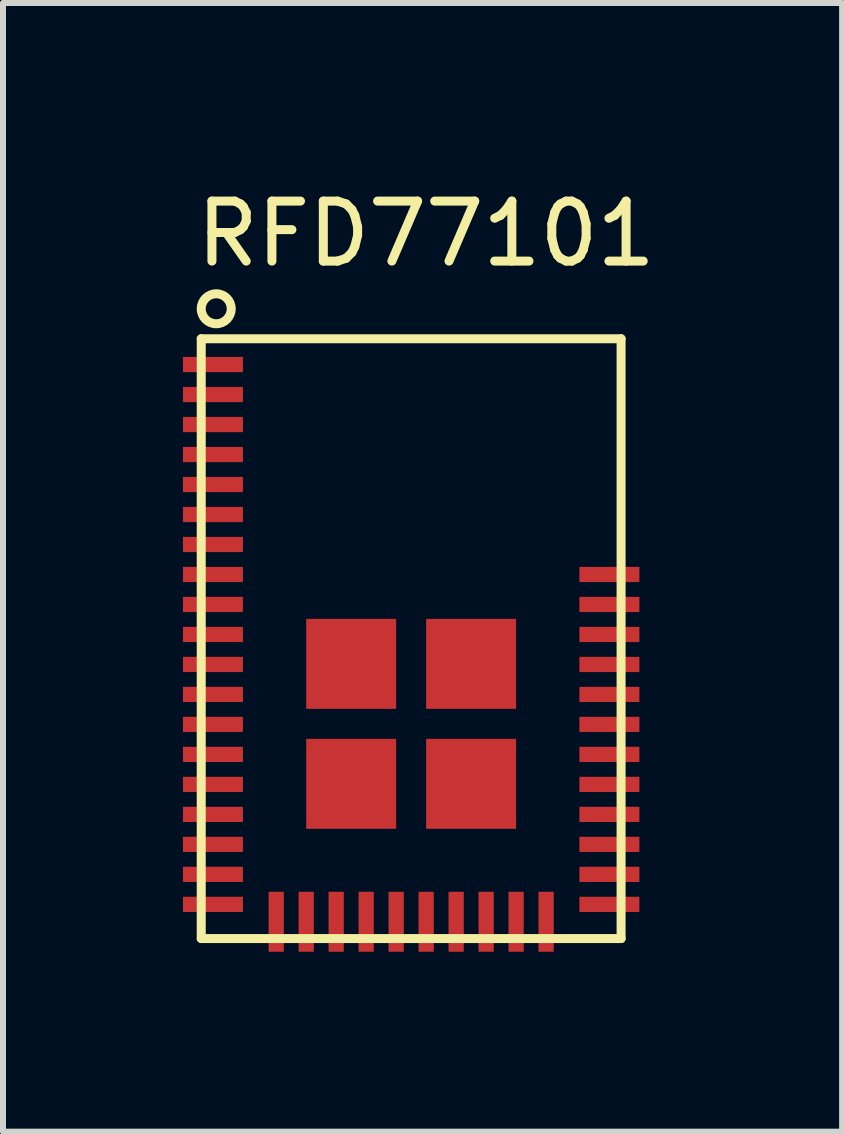
<source format=kicad_pcb>
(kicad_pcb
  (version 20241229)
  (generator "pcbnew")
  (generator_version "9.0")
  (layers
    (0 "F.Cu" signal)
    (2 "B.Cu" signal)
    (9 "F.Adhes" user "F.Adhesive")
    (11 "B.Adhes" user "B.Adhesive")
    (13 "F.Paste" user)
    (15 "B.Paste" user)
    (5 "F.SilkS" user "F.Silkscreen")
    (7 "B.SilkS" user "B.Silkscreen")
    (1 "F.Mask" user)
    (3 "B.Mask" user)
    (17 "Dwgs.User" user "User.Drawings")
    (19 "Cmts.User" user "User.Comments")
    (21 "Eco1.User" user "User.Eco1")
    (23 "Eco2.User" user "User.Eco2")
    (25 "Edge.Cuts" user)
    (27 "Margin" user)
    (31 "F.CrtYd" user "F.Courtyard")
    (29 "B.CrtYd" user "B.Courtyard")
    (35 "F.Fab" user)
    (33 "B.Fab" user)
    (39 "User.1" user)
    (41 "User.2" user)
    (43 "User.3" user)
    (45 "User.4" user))
  (footprint "RFD77101"
    (layer "F.Cu")
    (at 3.805 7.598)
    (property "Reference" "RFD77101" (at 0.25 -6.75 0) (layer "F.SilkS") (effects (font (size 1 1) (thickness 0.15))))
    (attr through_hole)
    (fp_line (start -3.5 -5) (end 3.5 -5) (stroke (width 0.15) (type solid)) (layer "F.SilkS"))
    (fp_line (start -3.5 5) (end -3.5 -5) (stroke (width 0.15) (type solid)) (layer "F.SilkS"))
    (fp_line (start 3.5 -5) (end 3.5 5) (stroke (width 0.15) (type solid)) (layer "F.SilkS"))
    (fp_line (start 3.5 5) (end -3.5 5) (stroke (width 0.15) (type solid)) (layer "F.SilkS"))
    (fp_circle (center -3.25 -5.5) (end -3 -5.5) (stroke (width 0.15) (type solid)) (fill no) (layer "F.SilkS"))
    (pad "1" smd rect (at -3.305 -4.57 90) (size 0.254 1) (layers "F.Cu" "F.Mask" "F.Paste"))
    (pad "2" smd rect (at -3.305 -4.07 90) (size 0.254 1) (layers "F.Cu" "F.Mask" "F.Paste"))
    (pad "3" smd rect (at -3.305 -3.57 90) (size 0.254 1) (layers "F.Cu" "F.Mask" "F.Paste"))
    (pad "4" smd rect (at -3.305 -3.07 90) (size 0.254 1) (layers "F.Cu" "F.Mask" "F.Paste"))
    (pad "5" smd rect (at -3.305 -2.57 90) (size 0.254 1) (layers "F.Cu" "F.Mask" "F.Paste"))
    (pad "6" smd rect (at -3.305 -2.07 90) (size 0.254 1) (layers "F.Cu" "F.Mask" "F.Paste"))
    (pad "7" smd rect (at -3.305 -1.57 90) (size 0.254 1) (layers "F.Cu" "F.Mask" "F.Paste"))
    (pad "8" smd rect (at -3.305 -1.07 90) (size 0.254 1) (layers "F.Cu" "F.Mask" "F.Paste"))
    (pad "9" smd rect (at -3.305 -0.57 90) (size 0.254 1) (layers "F.Cu" "F.Mask" "F.Paste"))
    (pad "10" smd rect (at -3.305 -0.07 90) (size 0.254 1) (layers "F.Cu" "F.Mask" "F.Paste"))
    (pad "11" smd rect (at -3.305 0.43 90) (size 0.254 1) (layers "F.Cu" "F.Mask" "F.Paste"))
    (pad "12" smd rect (at -3.305 0.93 90) (size 0.254 1) (layers "F.Cu" "F.Mask" "F.Paste"))
    (pad "13" smd rect (at -3.305 1.43 90) (size 0.254 1) (layers "F.Cu" "F.Mask" "F.Paste"))
    (pad "14" smd rect (at -3.305 1.93 90) (size 0.254 1) (layers "F.Cu" "F.Mask" "F.Paste"))
    (pad "15" smd rect (at -3.305 2.43 90) (size 0.254 1) (layers "F.Cu" "F.Mask" "F.Paste"))
    (pad "16" smd rect (at -3.305 2.93 90) (size 0.254 1) (layers "F.Cu" "F.Mask" "F.Paste"))
    (pad "17" smd rect (at -3.305 3.43 90) (size 0.254 1) (layers "F.Cu" "F.Mask" "F.Paste"))
    (pad "18" smd rect (at -3.305 3.93 90) (size 0.254 1) (layers "F.Cu" "F.Mask" "F.Paste"))
    (pad "19" smd rect (at -3.305 4.43 90) (size 0.254 1) (layers "F.Cu" "F.Mask" "F.Paste"))
    (pad "20" smd rect (at -2.25 4.72) (size 0.254 1) (layers "F.Cu" "F.Mask" "F.Paste"))
    (pad "21" smd rect (at -1.75 4.72) (size 0.254 1) (layers "F.Cu" "F.Mask" "F.Paste"))
    (pad "22" smd rect (at -1.25 4.72) (size 0.254 1) (layers "F.Cu" "F.Mask" "F.Paste"))
    (pad "23" smd rect (at -0.75 4.72) (size 0.254 1) (layers "F.Cu" "F.Mask" "F.Paste"))
    (pad "24" smd rect (at -0.25 4.72) (size 0.254 1) (layers "F.Cu" "F.Mask" "F.Paste"))
    (pad "25" smd rect (at 0.25 4.72) (size 0.254 1) (layers "F.Cu" "F.Mask" "F.Paste"))
    (pad "26" smd rect (at 0.75 4.72) (size 0.254 1) (layers "F.Cu" "F.Mask" "F.Paste"))
    (pad "27" smd rect (at 1.25 4.72) (size 0.254 1) (layers "F.Cu" "F.Mask" "F.Paste"))
    (pad "28" smd rect (at 1.75 4.72) (size 0.254 1) (layers "F.Cu" "F.Mask" "F.Paste"))
    (pad "29" smd rect (at 2.25 4.72) (size 0.254 1) (layers "F.Cu" "F.Mask" "F.Paste"))
    (pad "30" smd rect (at 3.305 4.43 90) (size 0.254 1) (layers "F.Cu" "F.Mask" "F.Paste"))
    (pad "31" smd rect (at 3.305 3.93 90) (size 0.254 1) (layers "F.Cu" "F.Mask" "F.Paste"))
    (pad "32" smd rect (at 3.305 3.43 90) (size 0.254 1) (layers "F.Cu" "F.Mask" "F.Paste"))
    (pad "33" smd rect (at 3.305 2.93 90) (size 0.254 1) (layers "F.Cu" "F.Mask" "F.Paste"))
    (pad "34" smd rect (at 3.305 2.43 90) (size 0.254 1) (layers "F.Cu" "F.Mask" "F.Paste"))
    (pad "35" smd rect (at 3.305 1.93 90) (size 0.254 1) (layers "F.Cu" "F.Mask" "F.Paste"))
    (pad "36" smd rect (at 3.305 1.43 90) (size 0.254 1) (layers "F.Cu" "F.Mask" "F.Paste"))
    (pad "37" smd rect (at 3.305 0.93 90) (size 0.254 1) (layers "F.Cu" "F.Mask" "F.Paste"))
    (pad "38" smd rect (at 3.305 0.43 90) (size 0.254 1) (layers "F.Cu" "F.Mask" "F.Paste"))
    (pad "39" smd rect (at 3.305 -0.07 90) (size 0.254 1) (layers "F.Cu" "F.Mask" "F.Paste"))
    (pad "40" smd rect (at 3.305 -0.57 90) (size 0.254 1) (layers "F.Cu" "F.Mask" "F.Paste"))
    (pad "41" smd rect (at 3.305 -1.07 90) (size 0.254 1) (layers "F.Cu" "F.Mask" "F.Paste"))
    (pad "42" smd rect (at -1 0.42 90) (size 1.5 1.5) (layers "F.Cu" "F.Mask" "F.Paste"))
    (pad "43" smd rect (at -1 2.42 90) (size 1.5 1.5) (layers "F.Cu" "F.Mask" "F.Paste"))
    (pad "44" smd rect (at 1 2.42 90) (size 1.5 1.5) (layers "F.Cu" "F.Mask" "F.Paste"))
    (pad "45" smd rect (at 1 0.42 90) (size 1.5 1.5) (layers "F.Cu" "F.Mask" "F.Paste")))
  (gr_rect
    (start -3 -3)
    (end 10.99 15.818)
    (stroke (width 0.1) (type default))
    (fill no)
    (layer "Edge.Cuts")))
</source>
